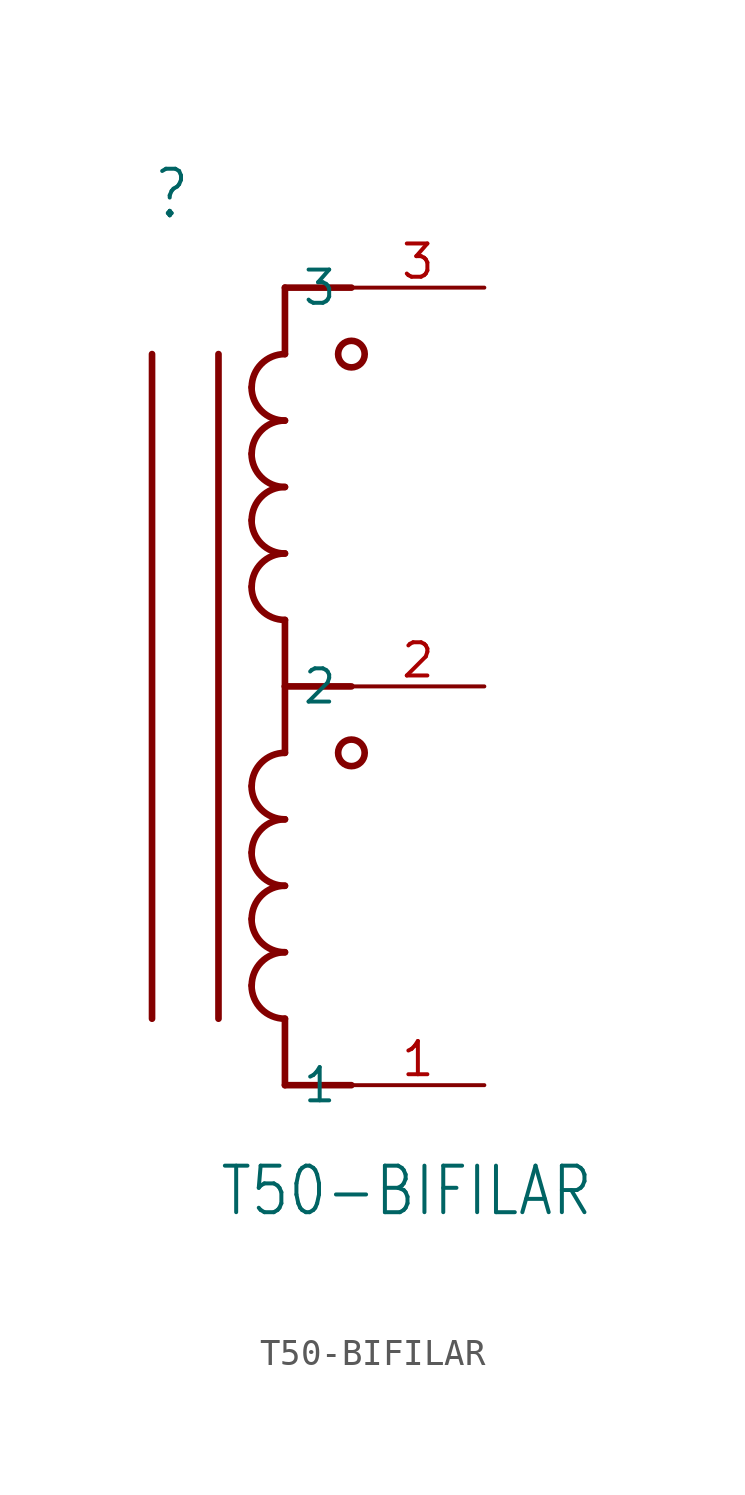
<source format=kicad_sym>
(kicad_symbol_lib
  (version 20211014)
  (generator kicad_symbol_editor)
  (symbol "T50-BIFILAR"
    (property "Reference" ""
      (at -2.54 17.78 0)
      (effects (font (size 1.778 1.511)) (justify left bottom)))
    (property "Value" "T50-BIFILAR"
      (at 0 -20.32 0)
      (effects (font (size 1.778 1.511)) (justify left bottom)))
    (property "ki_locked" ""
      (at 0 0 0)
      (effects (font (size 1.27 1.27))))
    (symbol "T50-BIFILAR_1_0"
      (polyline (pts (xy -2.54 12.7) (xy -2.54 -12.7)) (stroke (width 0.254) (type default) (color 0 0 0 0)) (fill (type none)))
      (polyline (pts (xy 0 12.7) (xy 0 -12.7)) (stroke (width 0.254) (type default) (color 0 0 0 0)) (fill (type none)))
      (polyline (pts (xy 2.54 -15.24) (xy 5.08 -15.24)) (stroke (width 0.254) (type default) (color 0 0 0 0)) (fill (type none)))
      (polyline (pts (xy 2.54 -12.7) (xy 2.54 -15.24)) (stroke (width 0.254) (type default) (color 0 0 0 0)) (fill (type none)))
      (polyline (pts (xy 2.54 0) (xy 2.54 -2.54)) (stroke (width 0.254) (type default) (color 0 0 0 0)) (fill (type none)))
      (polyline (pts (xy 2.54 2.54) (xy 2.54 0)) (stroke (width 0.254) (type default) (color 0 0 0 0)) (fill (type none)))
      (polyline (pts (xy 2.54 12.7) (xy 2.54 15.24)) (stroke (width 0.254) (type default) (color 0 0 0 0)) (fill (type none)))
      (polyline (pts (xy 2.54 15.24) (xy 5.08 15.24)) (stroke (width 0.254) (type default) (color 0 0 0 0)) (fill (type none)))
      (polyline (pts (xy 5.08 0) (xy 2.54 0)) (stroke (width 0.254) (type default) (color 0 0 0 0)) (fill (type none)))
      (arc (start 1.27 -11.43) (mid 1.642 -12.328) (end 2.54 -12.7) (stroke (width 0.254) (type default) (color 0 0 0 0)) (fill (type none)))
      (arc (start 1.27 -8.89) (mid 1.642 -9.788) (end 2.54 -10.16) (stroke (width 0.254) (type default) (color 0 0 0 0)) (fill (type none)))
      (arc (start 1.27 -6.35) (mid 1.642 -7.248) (end 2.54 -7.62) (stroke (width 0.254) (type default) (color 0 0 0 0)) (fill (type none)))
      (arc (start 1.27 -3.81) (mid 1.642 -4.708) (end 2.54 -5.08) (stroke (width 0.254) (type default) (color 0 0 0 0)) (fill (type none)))
      (arc (start 1.27 3.81) (mid 1.642 2.912) (end 2.54 2.54) (stroke (width 0.254) (type default) (color 0 0 0 0)) (fill (type none)))
      (arc (start 1.27 6.35) (mid 1.642 5.452) (end 2.54 5.08) (stroke (width 0.254) (type default) (color 0 0 0 0)) (fill (type none)))
      (arc (start 1.27 8.89) (mid 1.642 7.992) (end 2.54 7.62) (stroke (width 0.254) (type default) (color 0 0 0 0)) (fill (type none)))
      (arc (start 1.27 11.43) (mid 1.642 10.532) (end 2.54 10.16) (stroke (width 0.254) (type default) (color 0 0 0 0)) (fill (type none)))
      (arc (start 2.54 -10.16) (mid 1.642 -10.532) (end 1.27 -11.43) (stroke (width 0.254) (type default) (color 0 0 0 0)) (fill (type none)))
      (arc (start 2.54 -7.62) (mid 1.642 -7.992) (end 1.27 -8.89) (stroke (width 0.254) (type default) (color 0 0 0 0)) (fill (type none)))
      (arc (start 2.54 -5.08) (mid 1.642 -5.452) (end 1.27 -6.35) (stroke (width 0.254) (type default) (color 0 0 0 0)) (fill (type none)))
      (arc (start 2.54 -2.54) (mid 1.642 -2.912) (end 1.27 -3.81) (stroke (width 0.254) (type default) (color 0 0 0 0)) (fill (type none)))
      (arc (start 2.54 5.08) (mid 1.642 4.708) (end 1.27 3.81) (stroke (width 0.254) (type default) (color 0 0 0 0)) (fill (type none)))
      (arc (start 2.54 7.62) (mid 1.642 7.248) (end 1.27 6.35) (stroke (width 0.254) (type default) (color 0 0 0 0)) (fill (type none)))
      (arc (start 2.54 10.16) (mid 1.642 9.788) (end 1.27 8.89) (stroke (width 0.254) (type default) (color 0 0 0 0)) (fill (type none)))
      (arc (start 2.54 12.7) (mid 1.642 12.328) (end 1.27 11.43) (stroke (width 0.254) (type default) (color 0 0 0 0)) (fill (type none)))
      (circle (center 5.08 -2.54) (radius 0.508) (stroke (width 0.254) (type default) (color 0 0 0 0)) (fill (type none)))
      (circle (center 5.08 12.7) (radius 0.508) (stroke (width 0.254) (type default) (color 0 0 0 0)) (fill (type none)))
      (pin bidirectional line (at 10.16 -15.24 180) (length 5.08) (name "1" (effects (font (size 1.27 1.27)))) (number "1" (effects (font (size 1.27 1.27)))))
      (pin bidirectional line (at 10.16 0 180) (length 5.08) (name "2" (effects (font (size 1.27 1.27)))) (number "2" (effects (font (size 1.27 1.27)))))
      (pin bidirectional line (at 10.16 15.24 180) (length 5.08) (name "3" (effects (font (size 1.27 1.27)))) (number "3" (effects (font (size 1.27 1.27))))))))
</source>
